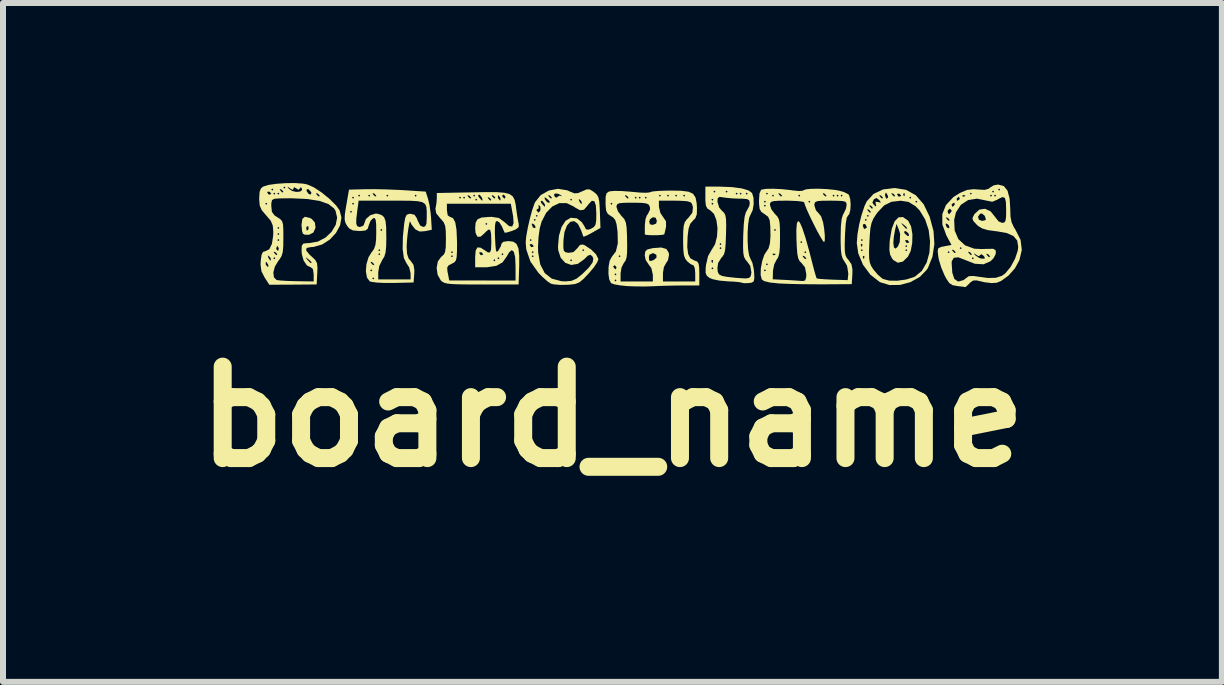
<source format=kicad_pcb>
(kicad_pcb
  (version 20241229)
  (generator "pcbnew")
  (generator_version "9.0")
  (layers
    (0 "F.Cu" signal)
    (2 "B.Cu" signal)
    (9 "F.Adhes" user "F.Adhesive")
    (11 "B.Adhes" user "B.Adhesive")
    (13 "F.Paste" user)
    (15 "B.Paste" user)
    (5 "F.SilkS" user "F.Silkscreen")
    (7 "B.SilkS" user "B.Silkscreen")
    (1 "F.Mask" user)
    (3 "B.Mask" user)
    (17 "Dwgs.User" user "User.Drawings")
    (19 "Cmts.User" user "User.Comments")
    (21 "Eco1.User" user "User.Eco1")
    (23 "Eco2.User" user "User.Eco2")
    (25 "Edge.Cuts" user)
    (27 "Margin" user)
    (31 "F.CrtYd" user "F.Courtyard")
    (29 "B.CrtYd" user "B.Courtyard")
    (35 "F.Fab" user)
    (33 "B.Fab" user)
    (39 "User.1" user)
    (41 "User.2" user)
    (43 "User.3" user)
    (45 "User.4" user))
  (footprint "board_name"
    (layer "F.Cu")
    (at 7.156 3.894)
    (property "Reference" "board_name" (at 0 0 0) (layer "F.SilkS") (effects (font (size 1.524 1.524) (thickness 0.3))))
    (attr board_only exclude_from_pos_files exclude_from_bom)
    (fp_poly (pts (xy -5.045 -3.313) (xy -5.011 -3.296) (xy -4.959 -3.235) (xy -4.948 -3.15) (xy -4.982 -3.073) (xy -4.986 -3.068) (xy -5.054 -3.033) (xy -5.128 -3.033) (xy -5.158 -3.05) (xy -5.173 -3.096) (xy -5.177 -3.144) (xy -5.102 -3.144) (xy -5.095 -3.098) (xy -5.071 -3.117) (xy -5.065 -3.126) (xy -5.066 -3.169) (xy -5.074 -3.175) (xy -5.099 -3.165) (xy -5.102 -3.144) (xy -5.177 -3.144) (xy -5.181 -3.18) (xy -5.181 -3.202) (xy -5.168 -3.296) (xy -5.125 -3.332)) (stroke (width 0) (type solid)) (fill yes) (layer "F.SilkS"))
    (fp_poly (pts (xy 4.925 -3.268) (xy 4.931 -3.26) (xy 4.976 -3.17) (xy 4.998 -3.041) (xy 4.995 -2.897) (xy 4.97 -2.763) (xy 4.925 -2.669) (xy 4.839 -2.585) (xy 4.755 -2.566) (xy 4.679 -2.611) (xy 4.657 -2.64) (xy 4.626 -2.703) (xy 4.615 -2.775) (xy 4.878 -2.775) (xy 4.895 -2.759) (xy 4.912 -2.775) (xy 4.895 -2.792) (xy 4.878 -2.775) (xy 4.615 -2.775) (xy 4.614 -2.782) (xy 4.618 -2.898) (xy 4.618 -2.899) (xy 4.68 -2.899) (xy 4.69 -2.821) (xy 4.719 -2.801) (xy 4.757 -2.838) (xy 4.759 -2.843) (xy 4.878 -2.843) (xy 4.895 -2.826) (xy 4.912 -2.843) (xy 4.895 -2.86) (xy 4.878 -2.843) (xy 4.759 -2.843) (xy 4.788 -2.913) (xy 4.788 -2.929) (xy 4.878 -2.929) (xy 4.903 -2.895) (xy 4.912 -2.893) (xy 4.945 -2.905) (xy 4.945 -2.908) (xy 4.922 -2.937) (xy 4.912 -2.944) (xy 4.881 -2.941) (xy 4.878 -2.929) (xy 4.788 -2.929) (xy 4.793 -3.049) (xy 4.785 -3.076) (xy 4.858 -3.076) (xy 4.879 -3.044) (xy 4.923 -3.009) (xy 4.944 -3.02) (xy 4.93 -3.059) (xy 4.884 -3.093) (xy 4.872 -3.095) (xy 4.858 -3.076) (xy 4.785 -3.076) (xy 4.774 -3.112) (xy 4.733 -3.213) (xy 4.709 -3.112) (xy 4.689 -3.001) (xy 4.68 -2.899) (xy 4.618 -2.899) (xy 4.623 -2.953) (xy 4.654 -3.132) (xy 4.692 -3.229) (xy 4.813 -3.229) (xy 4.821 -3.212) (xy 4.84 -3.188) (xy 4.889 -3.135) (xy 4.911 -3.136) (xy 4.912 -3.141) (xy 4.889 -3.17) (xy 4.853 -3.2) (xy 4.813 -3.229) (xy 4.692 -3.229) (xy 4.702 -3.256) (xy 4.766 -3.322) (xy 4.841 -3.327)) (stroke (width 0) (type solid)) (fill yes) (layer "F.SilkS"))
    (fp_poly (pts (xy 1.791 -3.834) (xy 1.993 -3.826) (xy 2.156 -3.804) (xy 2.271 -3.769) (xy 2.326 -3.728) (xy 2.35 -3.649) (xy 2.353 -3.543) (xy 2.336 -3.441) (xy 2.305 -3.376) (xy 2.278 -3.316) (xy 2.261 -3.208) (xy 2.252 -3.071) (xy 2.252 -2.925) (xy 2.26 -2.79) (xy 2.278 -2.683) (xy 2.302 -2.627) (xy 2.332 -2.563) (xy 2.354 -2.462) (xy 2.36 -2.405) (xy 2.364 -2.306) (xy 2.353 -2.255) (xy 2.319 -2.234) (xy 2.269 -2.227) (xy 2.192 -2.225) (xy 2.151 -2.234) (xy 2.112 -2.243) (xy 2.024 -2.251) (xy 1.917 -2.256) (xy 1.783 -2.268) (xy 1.671 -2.291) (xy 1.619 -2.312) (xy 1.572 -2.349) (xy 1.552 -2.397) (xy 1.553 -2.473) (xy 1.648 -2.473) (xy 1.665 -2.456) (xy 1.682 -2.473) (xy 1.678 -2.477) (xy 1.749 -2.477) (xy 1.754 -2.416) (xy 1.774 -2.374) (xy 1.822 -2.347) (xy 1.911 -2.33) (xy 2.051 -2.315) (xy 2.103 -2.311) (xy 2.214 -2.304) (xy 2.275 -2.312) (xy 2.303 -2.341) (xy 2.315 -2.4) (xy 2.315 -2.403) (xy 2.296 -2.514) (xy 2.248 -2.58) (xy 2.213 -2.622) (xy 2.191 -2.668) (xy 2.18 -2.733) (xy 2.176 -2.832) (xy 2.178 -2.979) (xy 2.179 -3.021) (xy 2.188 -3.207) (xy 2.202 -3.333) (xy 2.224 -3.41) (xy 2.238 -3.433) (xy 2.28 -3.511) (xy 2.288 -3.56) (xy 2.28 -3.604) (xy 2.246 -3.626) (xy 2.168 -3.633) (xy 2.124 -3.633) (xy 2 -3.638) (xy 1.886 -3.649) (xy 1.855 -3.654) (xy 1.782 -3.663) (xy 1.754 -3.641) (xy 1.749 -3.584) (xy 1.778 -3.486) (xy 1.825 -3.431) (xy 1.86 -3.398) (xy 1.881 -3.357) (xy 1.892 -3.294) (xy 1.895 -3.193) (xy 1.892 -3.04) (xy 1.892 -3.039) (xy 1.886 -2.882) (xy 1.877 -2.777) (xy 1.86 -2.711) (xy 1.834 -2.669) (xy 1.817 -2.652) (xy 1.761 -2.563) (xy 1.749 -2.477) (xy 1.678 -2.477) (xy 1.665 -2.49) (xy 1.648 -2.473) (xy 1.553 -2.473) (xy 1.553 -2.477) (xy 1.559 -2.532) (xy 1.573 -2.59) (xy 1.648 -2.59) (xy 1.661 -2.563) (xy 1.671 -2.568) (xy 1.675 -2.608) (xy 1.671 -2.613) (xy 1.651 -2.608) (xy 1.648 -2.59) (xy 1.573 -2.59) (xy 1.592 -2.675) (xy 1.65 -2.777) (xy 1.651 -2.779) (xy 1.67 -2.809) (xy 1.783 -2.809) (xy 1.8 -2.792) (xy 1.817 -2.809) (xy 1.8 -2.826) (xy 1.783 -2.809) (xy 1.67 -2.809) (xy 1.71 -2.876) (xy 1.71 -2.876) (xy 1.783 -2.876) (xy 1.8 -2.86) (xy 1.817 -2.876) (xy 1.8 -2.893) (xy 1.783 -2.876) (xy 1.71 -2.876) (xy 1.742 -3.004) (xy 1.75 -3.144) (xy 1.732 -3.275) (xy 1.691 -3.38) (xy 1.63 -3.438) (xy 1.581 -3.469) (xy 1.557 -3.517) (xy 1.553 -3.549) (xy 1.648 -3.549) (xy 1.665 -3.532) (xy 1.682 -3.549) (xy 1.665 -3.566) (xy 1.648 -3.549) (xy 1.553 -3.549) (xy 1.548 -3.602) (xy 1.548 -3.617) (xy 1.648 -3.617) (xy 1.665 -3.6) (xy 1.682 -3.617) (xy 1.665 -3.633) (xy 1.648 -3.617) (xy 1.548 -3.617) (xy 1.548 -3.656) (xy 1.548 -3.717) (xy 2.052 -3.717) (xy 2.069 -3.701) (xy 2.086 -3.717) (xy 2.119 -3.717) (xy 2.136 -3.701) (xy 2.153 -3.717) (xy 2.22 -3.717) (xy 2.237 -3.701) (xy 2.254 -3.717) (xy 2.237 -3.734) (xy 2.22 -3.717) (xy 2.153 -3.717) (xy 2.136 -3.734) (xy 2.119 -3.717) (xy 2.086 -3.717) (xy 2.069 -3.734) (xy 2.052 -3.717) (xy 1.548 -3.717) (xy 1.548 -3.751) (xy 1.682 -3.751) (xy 1.699 -3.734) (xy 1.716 -3.751) (xy 1.884 -3.751) (xy 1.901 -3.734) (xy 1.918 -3.751) (xy 1.901 -3.768) (xy 1.884 -3.751) (xy 1.716 -3.751) (xy 1.699 -3.768) (xy 1.682 -3.751) (xy 1.548 -3.751) (xy 1.548 -3.835)) (stroke (width 0) (type solid)) (fill yes) (layer "F.SilkS"))
    (fp_poly (pts (xy 4.892 -3.781) (xy 5.054 -3.691) (xy 5.185 -3.541) (xy 5.285 -3.334) (xy 5.35 -3.093) (xy 5.364 -2.878) (xy 5.332 -2.666) (xy 5.257 -2.48) (xy 5.238 -2.45) (xy 5.121 -2.329) (xy 4.966 -2.243) (xy 4.792 -2.196) (xy 4.617 -2.194) (xy 4.461 -2.241) (xy 4.452 -2.246) (xy 4.297 -2.367) (xy 4.174 -2.533) (xy 4.122 -2.658) (xy 4.172 -2.658) (xy 4.184 -2.63) (xy 4.194 -2.635) (xy 4.198 -2.675) (xy 4.194 -2.68) (xy 4.174 -2.676) (xy 4.172 -2.658) (xy 4.122 -2.658) (xy 4.095 -2.723) (xy 4.091 -2.749) (xy 4.275 -2.749) (xy 4.277 -2.643) (xy 4.288 -2.57) (xy 4.311 -2.512) (xy 4.346 -2.456) (xy 4.418 -2.37) (xy 4.494 -2.304) (xy 4.509 -2.295) (xy 4.61 -2.268) (xy 4.746 -2.266) (xy 4.892 -2.286) (xy 5.021 -2.326) (xy 5.042 -2.336) (xy 5.156 -2.431) (xy 5.236 -2.569) (xy 5.282 -2.738) (xy 5.292 -2.923) (xy 5.269 -3.111) (xy 5.21 -3.288) (xy 5.117 -3.439) (xy 5.048 -3.509) (xy 4.934 -3.579) (xy 4.909 -3.583) (xy 5.046 -3.583) (xy 5.063 -3.566) (xy 5.08 -3.583) (xy 5.063 -3.6) (xy 5.046 -3.583) (xy 4.909 -3.583) (xy 4.803 -3.599) (xy 4.8 -3.599) (xy 4.648 -3.581) (xy 4.527 -3.521) (xy 4.419 -3.407) (xy 4.395 -3.374) (xy 4.348 -3.302) (xy 4.318 -3.232) (xy 4.299 -3.147) (xy 4.288 -3.027) (xy 4.281 -2.904) (xy 4.275 -2.749) (xy 4.091 -2.749) (xy 4.088 -2.775) (xy 4.138 -2.775) (xy 4.155 -2.759) (xy 4.172 -2.775) (xy 4.155 -2.792) (xy 4.138 -2.775) (xy 4.088 -2.775) (xy 4.076 -2.86) (xy 4.138 -2.86) (xy 4.15 -2.832) (xy 4.16 -2.837) (xy 4.164 -2.877) (xy 4.16 -2.882) (xy 4.14 -2.877) (xy 4.138 -2.86) (xy 4.076 -2.86) (xy 4.071 -2.894) (xy 4.075 -2.944) (xy 4.138 -2.944) (xy 4.155 -2.927) (xy 4.172 -2.944) (xy 4.155 -2.961) (xy 4.138 -2.944) (xy 4.075 -2.944) (xy 4.082 -3.037) (xy 4.107 -3.181) (xy 4.172 -3.181) (xy 4.189 -3.135) (xy 4.205 -3.129) (xy 4.238 -3.153) (xy 4.239 -3.16) (xy 4.214 -3.206) (xy 4.205 -3.213) (xy 4.176 -3.205) (xy 4.172 -3.181) (xy 4.107 -3.181) (xy 4.111 -3.204) (xy 4.13 -3.28) (xy 4.205 -3.28) (xy 4.222 -3.263) (xy 4.239 -3.28) (xy 4.222 -3.297) (xy 4.205 -3.28) (xy 4.13 -3.28) (xy 4.147 -3.347) (xy 4.239 -3.347) (xy 4.256 -3.331) (xy 4.273 -3.347) (xy 4.256 -3.364) (xy 4.239 -3.347) (xy 4.147 -3.347) (xy 4.154 -3.372) (xy 4.182 -3.456) (xy 4.244 -3.456) (xy 4.253 -3.437) (xy 4.286 -3.401) (xy 4.306 -3.408) (xy 4.306 -3.413) (xy 4.282 -3.441) (xy 4.267 -3.452) (xy 4.244 -3.456) (xy 4.182 -3.456) (xy 4.202 -3.516) (xy 4.206 -3.523) (xy 4.278 -3.523) (xy 4.286 -3.504) (xy 4.32 -3.468) (xy 4.34 -3.475) (xy 4.34 -3.48) (xy 4.316 -3.508) (xy 4.301 -3.519) (xy 4.278 -3.523) (xy 4.206 -3.523) (xy 4.229 -3.572) (xy 4.332 -3.572) (xy 4.347 -3.541) (xy 4.388 -3.502) (xy 4.395 -3.519) (xy 4.386 -3.55) (xy 4.384 -3.584) (xy 4.429 -3.577) (xy 4.471 -3.566) (xy 4.46 -3.591) (xy 4.446 -3.609) (xy 4.401 -3.645) (xy 4.357 -3.624) (xy 4.332 -3.572) (xy 4.229 -3.572) (xy 4.239 -3.591) (xy 4.331 -3.691) (xy 4.446 -3.691) (xy 4.454 -3.672) (xy 4.488 -3.636) (xy 4.508 -3.644) (xy 4.508 -3.648) (xy 4.484 -3.677) (xy 4.474 -3.684) (xy 4.542 -3.684) (xy 4.559 -3.639) (xy 4.574 -3.633) (xy 4.587 -3.65) (xy 4.945 -3.65) (xy 4.962 -3.633) (xy 4.979 -3.65) (xy 4.962 -3.667) (xy 4.945 -3.65) (xy 4.587 -3.65) (xy 4.593 -3.658) (xy 4.588 -3.684) (xy 4.566 -3.725) (xy 4.648 -3.725) (xy 4.656 -3.706) (xy 4.69 -3.67) (xy 4.71 -3.677) (xy 4.71 -3.682) (xy 4.692 -3.703) (xy 4.744 -3.703) (xy 4.768 -3.668) (xy 4.777 -3.667) (xy 4.81 -3.678) (xy 4.811 -3.682) (xy 4.795 -3.701) (xy 4.845 -3.701) (xy 4.857 -3.673) (xy 4.867 -3.678) (xy 4.871 -3.718) (xy 4.867 -3.723) (xy 4.847 -3.718) (xy 4.845 -3.701) (xy 4.795 -3.701) (xy 4.787 -3.711) (xy 4.777 -3.717) (xy 4.746 -3.715) (xy 4.744 -3.703) (xy 4.692 -3.703) (xy 4.686 -3.71) (xy 4.671 -3.721) (xy 4.648 -3.725) (xy 4.566 -3.725) (xy 4.564 -3.728) (xy 4.555 -3.734) (xy 4.543 -3.707) (xy 4.542 -3.684) (xy 4.474 -3.684) (xy 4.469 -3.687) (xy 4.446 -3.691) (xy 4.331 -3.691) (xy 4.351 -3.713) (xy 4.508 -3.787) (xy 4.7 -3.811)) (stroke (width 0) (type solid)) (fill yes) (layer "F.SilkS"))
    (fp_poly (pts (xy -3.776 -3.788) (xy -3.579 -3.78) (xy -3.482 -3.775) (xy -3.112 -3.751) (xy -3.074 -3.633) (xy -3.05 -3.532) (xy -3.031 -3.4) (xy -3.023 -3.315) (xy -3.011 -3.115) (xy -3.123 -3.092) (xy -3.214 -3.086) (xy -3.28 -3.119) (xy -3.299 -3.139) (xy -3.348 -3.202) (xy -3.368 -3.244) (xy -3.376 -3.255) (xy -3.387 -3.215) (xy -3.401 -3.138) (xy -3.414 -3.041) (xy -3.424 -2.939) (xy -3.429 -2.847) (xy -3.43 -2.836) (xy -3.423 -2.715) (xy -3.397 -2.637) (xy -3.362 -2.596) (xy -3.316 -2.532) (xy -3.301 -2.445) (xy -3.303 -2.384) (xy -3.314 -2.237) (xy -3.65 -2.229) (xy -3.803 -2.229) (xy -3.932 -2.236) (xy -4.02 -2.248) (xy -4.045 -2.256) (xy -4.081 -2.305) (xy -4.003 -2.305) (xy -3.987 -2.288) (xy -3.97 -2.305) (xy -3.987 -2.321) (xy -4.003 -2.305) (xy -4.081 -2.305) (xy -4.091 -2.318) (xy -4.109 -2.42) (xy -4.108 -2.439) (xy -4.037 -2.439) (xy -4.02 -2.422) (xy -4.003 -2.439) (xy -4.02 -2.456) (xy -4.037 -2.439) (xy -4.108 -2.439) (xy -4.1 -2.539) (xy -4.088 -2.581) (xy -4.032 -2.581) (xy -4.023 -2.562) (xy -3.99 -2.526) (xy -3.97 -2.533) (xy -3.97 -2.538) (xy -3.994 -2.566) (xy -4.009 -2.577) (xy -4.032 -2.581) (xy -4.088 -2.581) (xy -4.066 -2.655) (xy -4.034 -2.708) (xy -3.903 -2.708) (xy -3.886 -2.691) (xy -3.869 -2.708) (xy -3.886 -2.725) (xy -3.903 -2.708) (xy -4.034 -2.708) (xy -4.02 -2.731) (xy -3.988 -2.775) (xy -3.903 -2.775) (xy -3.886 -2.759) (xy -3.869 -2.775) (xy -3.886 -2.792) (xy -3.903 -2.775) (xy -3.988 -2.775) (xy -3.975 -2.793) (xy -3.95 -2.861) (xy -3.939 -2.954) (xy -3.936 -3.08) (xy -3.937 -3.112) (xy -3.869 -3.112) (xy -3.852 -3.095) (xy -3.835 -3.112) (xy -3.852 -3.129) (xy -3.869 -3.112) (xy -3.937 -3.112) (xy -3.938 -3.208) (xy -3.946 -3.28) (xy -3.962 -3.31) (xy -3.988 -3.308) (xy -4.032 -3.264) (xy -4.06 -3.192) (xy -4.079 -3.131) (xy -4.117 -3.103) (xy -4.196 -3.095) (xy -4.222 -3.095) (xy -4.324 -3.104) (xy -4.387 -3.137) (xy -4.423 -3.182) (xy -4.445 -3.222) (xy -4.27 -3.222) (xy -4.256 -3.178) (xy -4.224 -3.163) (xy -4.205 -3.162) (xy -4.151 -3.183) (xy -4.138 -3.213) (xy -4.109 -3.294) (xy -4.037 -3.357) (xy -3.947 -3.385) (xy -3.908 -3.381) (xy -3.846 -3.36) (xy -3.806 -3.325) (xy -3.782 -3.263) (xy -3.771 -3.162) (xy -3.769 -3.007) (xy -3.768 -2.99) (xy -3.771 -2.839) (xy -3.781 -2.737) (xy -3.802 -2.667) (xy -3.835 -2.615) (xy -3.886 -2.511) (xy -3.903 -2.409) (xy -3.903 -2.288) (xy -3.364 -2.288) (xy -3.364 -2.389) (xy -3.387 -2.487) (xy -3.432 -2.557) (xy -3.476 -2.644) (xy -3.496 -2.79) (xy -3.493 -2.991) (xy -3.471 -3.213) (xy -3.454 -3.313) (xy -3.431 -3.363) (xy -3.391 -3.38) (xy -3.364 -3.381) (xy -3.299 -3.365) (xy -3.259 -3.306) (xy -3.248 -3.272) (xy -3.205 -3.187) (xy -3.155 -3.162) (xy -3.119 -3.174) (xy -3.1 -3.219) (xy -3.095 -3.314) (xy -3.095 -3.328) (xy -3.095 -3.426) (xy -3.101 -3.497) (xy -3.123 -3.545) (xy -3.17 -3.576) (xy -3.251 -3.592) (xy -3.375 -3.599) (xy -3.551 -3.6) (xy -3.683 -3.6) (xy -4.23 -3.6) (xy -4.251 -3.444) (xy -4.268 -3.306) (xy -4.27 -3.222) (xy -4.445 -3.222) (xy -4.451 -3.234) (xy -4.463 -3.289) (xy -4.46 -3.366) (xy -4.453 -3.415) (xy -4.374 -3.415) (xy -4.357 -3.398) (xy -4.34 -3.415) (xy -4.357 -3.432) (xy -4.374 -3.415) (xy -4.453 -3.415) (xy -4.442 -3.486) (xy -4.435 -3.527) (xy -4.431 -3.549) (xy -4.34 -3.549) (xy -4.323 -3.532) (xy -4.306 -3.549) (xy -4.323 -3.566) (xy -4.34 -3.549) (xy -4.431 -3.549) (xy -4.414 -3.65) (xy -4.34 -3.65) (xy -4.323 -3.633) (xy -4.306 -3.65) (xy -4.323 -3.667) (xy -4.34 -3.65) (xy -4.414 -3.65) (xy -4.408 -3.684) (xy -4.239 -3.684) (xy -4.222 -3.667) (xy -4.205 -3.684) (xy -4.071 -3.684) (xy -4.054 -3.667) (xy -4.037 -3.684) (xy -4.054 -3.701) (xy -4.071 -3.684) (xy -4.205 -3.684) (xy -4.222 -3.701) (xy -4.239 -3.684) (xy -4.408 -3.684) (xy -4.401 -3.725) (xy -3.998 -3.725) (xy -3.99 -3.706) (xy -3.956 -3.67) (xy -3.936 -3.677) (xy -3.936 -3.682) (xy -3.938 -3.684) (xy -3.768 -3.684) (xy -3.751 -3.667) (xy -3.734 -3.684) (xy -3.297 -3.684) (xy -3.28 -3.667) (xy -3.263 -3.684) (xy -3.28 -3.701) (xy -3.297 -3.684) (xy -3.734 -3.684) (xy -3.751 -3.701) (xy -3.768 -3.684) (xy -3.938 -3.684) (xy -3.96 -3.71) (xy -3.975 -3.721) (xy -3.998 -3.725) (xy -4.401 -3.725) (xy -4.39 -3.784) (xy -4.121 -3.791) (xy -3.967 -3.792)) (stroke (width 0) (type solid)) (fill yes) (layer "F.SilkS"))
    (fp_poly (pts (xy -0.755 -3.773) (xy -0.708 -3.752) (xy -0.634 -3.722) (xy -0.571 -3.727) (xy -0.505 -3.756) (xy -0.428 -3.789) (xy -0.375 -3.786) (xy -0.31 -3.745) (xy -0.308 -3.743) (xy -0.263 -3.704) (xy -0.235 -3.657) (xy -0.22 -3.585) (xy -0.212 -3.47) (xy -0.21 -3.411) (xy -0.2 -3.146) (xy -0.339 -3.067) (xy -0.421 -3.023) (xy -0.474 -3.001) (xy -0.484 -3) (xy -0.498 -3.036) (xy -0.523 -3.108) (xy -0.523 -3.108) (xy -0.576 -3.214) (xy -0.638 -3.259) (xy -0.702 -3.248) (xy -0.758 -3.186) (xy -0.8 -3.079) (xy -0.817 -2.941) (xy -0.819 -2.83) (xy -0.812 -2.769) (xy -0.787 -2.742) (xy -0.739 -2.732) (xy -0.734 -2.731) (xy -0.65 -2.743) (xy -0.618 -2.775) (xy -0.505 -2.775) (xy -0.488 -2.759) (xy -0.471 -2.775) (xy -0.488 -2.792) (xy -0.505 -2.775) (xy -0.618 -2.775) (xy -0.587 -2.806) (xy -0.54 -2.864) (xy -0.493 -2.869) (xy -0.459 -2.855) (xy -0.355 -2.786) (xy -0.275 -2.707) (xy -0.237 -2.633) (xy -0.235 -2.621) (xy -0.257 -2.568) (xy -0.314 -2.484) (xy -0.394 -2.389) (xy -0.398 -2.385) (xy -0.486 -2.293) (xy -0.552 -2.239) (xy -0.619 -2.212) (xy -0.71 -2.201) (xy -0.759 -2.198) (xy -0.88 -2.197) (xy -0.981 -2.206) (xy -1.026 -2.217) (xy -1.085 -2.257) (xy -1.167 -2.33) (xy -1.234 -2.398) (xy -1.367 -2.585) (xy -1.398 -2.675) (xy -1.346 -2.675) (xy -1.329 -2.658) (xy -1.312 -2.675) (xy -1.329 -2.691) (xy -1.346 -2.675) (xy -1.398 -2.675) (xy -1.421 -2.742) (xy -1.346 -2.742) (xy -1.329 -2.725) (xy -1.312 -2.742) (xy -1.329 -2.759) (xy -1.346 -2.742) (xy -1.421 -2.742) (xy -1.436 -2.787) (xy -1.443 -2.862) (xy -1.379 -2.862) (xy -1.355 -2.827) (xy -1.346 -2.826) (xy -1.337 -2.829) (xy -1.241 -2.829) (xy -1.238 -2.737) (xy -1.204 -2.539) (xy -1.129 -2.394) (xy -1.012 -2.301) (xy -0.851 -2.258) (xy -0.782 -2.255) (xy -0.683 -2.264) (xy -0.6 -2.3) (xy -0.504 -2.376) (xy -0.503 -2.377) (xy -0.39 -2.489) (xy -0.33 -2.573) (xy -0.319 -2.638) (xy -0.338 -2.676) (xy -0.371 -2.699) (xy -0.412 -2.682) (xy -0.471 -2.624) (xy -0.578 -2.547) (xy -0.688 -2.529) (xy -0.787 -2.565) (xy -0.825 -2.607) (xy -0.706 -2.607) (xy -0.69 -2.59) (xy -0.673 -2.607) (xy -0.69 -2.624) (xy -0.706 -2.607) (xy -0.825 -2.607) (xy -0.863 -2.649) (xy -0.904 -2.774) (xy -0.908 -2.833) (xy -0.892 -3.016) (xy -0.848 -3.162) (xy -0.781 -3.265) (xy -0.696 -3.315) (xy -0.598 -3.307) (xy -0.587 -3.302) (xy -0.511 -3.242) (xy -0.471 -3.18) (xy -0.441 -3.122) (xy -0.398 -3.117) (xy -0.354 -3.134) (xy -0.308 -3.162) (xy -0.282 -3.202) (xy -0.271 -3.273) (xy -0.269 -3.386) (xy -0.277 -3.522) (xy -0.302 -3.592) (xy -0.344 -3.598) (xy -0.402 -3.538) (xy -0.417 -3.516) (xy -0.476 -3.449) (xy -0.539 -3.44) (xy -0.622 -3.485) (xy -0.639 -3.499) (xy -0.762 -3.559) (xy -0.886 -3.559) (xy -1.003 -3.503) (xy -1.105 -3.398) (xy -1.182 -3.248) (xy -1.212 -3.14) (xy -1.232 -2.995) (xy -1.241 -2.829) (xy -1.337 -2.829) (xy -1.313 -2.837) (xy -1.312 -2.841) (xy -1.336 -2.87) (xy -1.346 -2.876) (xy -1.377 -2.874) (xy -1.379 -2.862) (xy -1.443 -2.862) (xy -1.446 -2.903) (xy -1.443 -2.944) (xy -1.379 -2.944) (xy -1.363 -2.927) (xy -1.346 -2.944) (xy -1.363 -2.961) (xy -1.379 -2.944) (xy -1.443 -2.944) (xy -1.437 -3.005) (xy -1.412 -3.145) (xy -1.398 -3.208) (xy -1.346 -3.208) (xy -1.327 -3.155) (xy -1.323 -3.151) (xy -1.287 -3.143) (xy -1.283 -3.146) (xy -1.288 -3.181) (xy -1.306 -3.203) (xy -1.34 -3.222) (xy -1.346 -3.208) (xy -1.398 -3.208) (xy -1.381 -3.28) (xy -1.312 -3.28) (xy -1.295 -3.263) (xy -1.278 -3.28) (xy -1.295 -3.297) (xy -1.312 -3.28) (xy -1.381 -3.28) (xy -1.377 -3.299) (xy -1.364 -3.347) (xy -1.278 -3.347) (xy -1.262 -3.331) (xy -1.245 -3.347) (xy -1.262 -3.364) (xy -1.278 -3.347) (xy -1.364 -3.347) (xy -1.338 -3.443) (xy -1.337 -3.445) (xy -1.267 -3.445) (xy -1.262 -3.432) (xy -1.231 -3.4) (xy -1.206 -3.431) (xy -1.199 -3.447) (xy -1.202 -3.503) (xy -1.218 -3.52) (xy -1.239 -3.522) (xy -1.231 -3.504) (xy -1.23 -3.469) (xy -1.245 -3.465) (xy -1.267 -3.445) (xy -1.337 -3.445) (xy -1.3 -3.552) (xy -1.289 -3.576) (xy -1.286 -3.58) (xy -1.196 -3.58) (xy -1.177 -3.549) (xy -1.138 -3.507) (xy -1.124 -3.499) (xy -1.124 -3.524) (xy -1.132 -3.549) (xy -1.167 -3.594) (xy -1.185 -3.6) (xy -1.196 -3.58) (xy -1.286 -3.58) (xy -1.223 -3.659) (xy -1.131 -3.659) (xy -1.128 -3.632) (xy -1.124 -3.621) (xy -1.094 -3.58) (xy -1.058 -3.562) (xy -1.043 -3.579) (xy -1.065 -3.608) (xy -1.075 -3.617) (xy -0.706 -3.617) (xy -0.69 -3.6) (xy -0.673 -3.617) (xy -0.686 -3.63) (xy -0.562 -3.63) (xy -0.555 -3.596) (xy -0.553 -3.59) (xy -0.526 -3.549) (xy -0.511 -3.548) (xy -0.515 -3.584) (xy -0.534 -3.609) (xy -0.562 -3.63) (xy -0.686 -3.63) (xy -0.69 -3.633) (xy -0.706 -3.617) (xy -1.075 -3.617) (xy -1.094 -3.634) (xy -1.131 -3.659) (xy -1.223 -3.659) (xy -1.197 -3.691) (xy -1.071 -3.691) (xy -1.063 -3.672) (xy -1.029 -3.636) (xy -1.01 -3.644) (xy -1.009 -3.648) (xy -1.033 -3.677) (xy -1.048 -3.687) (xy -1.071 -3.691) (xy -1.197 -3.691) (xy -1.194 -3.694) (xy -1.178 -3.703) (xy -0.976 -3.703) (xy -0.959 -3.661) (xy -0.928 -3.65) (xy -0.915 -3.665) (xy -0.881 -3.685) (xy -0.863 -3.679) (xy -0.843 -3.674) (xy -0.85 -3.685) (xy -0.898 -3.713) (xy -0.95 -3.721) (xy -0.976 -3.704) (xy -0.976 -3.703) (xy -1.178 -3.703) (xy -1.061 -3.769) (xy -0.909 -3.798)) (stroke (width 0) (type solid)) (fill yes) (layer "F.SilkS"))
    (fp_poly (pts (xy -5.156 -3.884) (xy -5.088 -3.871) (xy -4.976 -3.822) (xy -4.844 -3.735) (xy -4.714 -3.629) (xy -4.605 -3.52) (xy -4.547 -3.439) (xy -4.516 -3.319) (xy -4.539 -3.189) (xy -4.607 -3.063) (xy -4.71 -2.952) (xy -4.838 -2.87) (xy -4.981 -2.829) (xy -5.028 -2.826) (xy -5.097 -2.812) (xy -5.105 -2.772) (xy -5.051 -2.704) (xy -5.011 -2.668) (xy -4.952 -2.612) (xy -4.923 -2.558) (xy -4.916 -2.479) (xy -4.919 -2.393) (xy -4.929 -2.204) (xy -5.324 -2.201) (xy -5.718 -2.199) (xy -5.796 -2.319) (xy -5.849 -2.422) (xy -5.864 -2.53) (xy -5.864 -2.539) (xy -5.778 -2.539) (xy -5.771 -2.525) (xy -5.739 -2.491) (xy -5.733 -2.515) (xy -5.741 -2.541) (xy -5.766 -2.578) (xy -5.777 -2.577) (xy -5.778 -2.539) (xy -5.864 -2.539) (xy -5.861 -2.599) (xy -5.849 -2.688) (xy -5.743 -2.688) (xy -5.736 -2.654) (xy -5.734 -2.648) (xy -5.707 -2.607) (xy -5.692 -2.606) (xy -5.696 -2.641) (xy -5.652 -2.641) (xy -5.635 -2.624) (xy -5.618 -2.641) (xy -5.635 -2.658) (xy -5.652 -2.641) (xy -5.696 -2.641) (xy -5.696 -2.642) (xy -5.715 -2.667) (xy -5.743 -2.688) (xy -5.849 -2.688) (xy -5.847 -2.698) (xy -5.824 -2.746) (xy -5.814 -2.749) (xy -5.646 -2.749) (xy -5.638 -2.73) (xy -5.604 -2.694) (xy -5.585 -2.702) (xy -5.585 -2.706) (xy -5.609 -2.735) (xy -5.623 -2.745) (xy -5.646 -2.749) (xy -5.814 -2.749) (xy -5.783 -2.759) (xy -5.782 -2.759) (xy -5.719 -2.79) (xy -5.714 -2.8) (xy -5.604 -2.8) (xy -5.6 -2.79) (xy -5.572 -2.761) (xy -5.562 -2.795) (xy -5.562 -2.808) (xy -5.577 -2.841) (xy -5.591 -2.839) (xy -5.604 -2.8) (xy -5.714 -2.8) (xy -5.675 -2.88) (xy -5.665 -2.944) (xy -5.585 -2.944) (xy -5.568 -2.927) (xy -5.551 -2.944) (xy -5.568 -2.961) (xy -5.585 -2.944) (xy -5.665 -2.944) (xy -5.654 -3.02) (xy -5.653 -3.045) (xy -5.585 -3.045) (xy -5.568 -3.028) (xy -5.551 -3.045) (xy -5.568 -3.061) (xy -5.585 -3.045) (xy -5.653 -3.045) (xy -5.652 -3.082) (xy -5.657 -3.146) (xy -5.585 -3.146) (xy -5.568 -3.129) (xy -5.551 -3.146) (xy -5.568 -3.162) (xy -5.585 -3.146) (xy -5.657 -3.146) (xy -5.661 -3.187) (xy -5.696 -3.268) (xy -5.77 -3.354) (xy -5.844 -3.441) (xy -5.873 -3.507) (xy -5.685 -3.507) (xy -5.675 -3.414) (xy -5.632 -3.355) (xy -5.584 -3.324) (xy -5.536 -3.293) (xy -5.506 -3.259) (xy -5.49 -3.206) (xy -5.485 -3.117) (xy -5.484 -2.981) (xy -5.486 -2.837) (xy -5.495 -2.741) (xy -5.515 -2.675) (xy -5.55 -2.619) (xy -5.568 -2.597) (xy -5.626 -2.501) (xy -5.651 -2.404) (xy -5.642 -2.323) (xy -5.597 -2.278) (xy -5.593 -2.277) (xy -5.533 -2.27) (xy -5.426 -2.263) (xy -5.293 -2.259) (xy -5.257 -2.258) (xy -4.979 -2.254) (xy -4.979 -2.372) (xy -4.991 -2.46) (xy -5.027 -2.49) (xy -5.028 -2.49) (xy -5.091 -2.52) (xy -5.145 -2.599) (xy -5.162 -2.657) (xy -5.111 -2.657) (xy -5.103 -2.64) (xy -5.084 -2.616) (xy -5.035 -2.563) (xy -5.013 -2.564) (xy -5.013 -2.57) (xy -5.036 -2.598) (xy -5.072 -2.628) (xy -5.111 -2.657) (xy -5.162 -2.657) (xy -5.176 -2.706) (xy -5.181 -2.766) (xy -5.177 -2.849) (xy -5.152 -2.885) (xy -5.085 -2.893) (xy -5.055 -2.893) (xy -4.91 -2.918) (xy -4.782 -2.985) (xy -4.68 -3.082) (xy -4.612 -3.197) (xy -4.588 -3.317) (xy -4.615 -3.432) (xy -4.64 -3.471) (xy -4.733 -3.544) (xy -4.881 -3.596) (xy -5.087 -3.628) (xy -5.354 -3.64) (xy -5.543 -3.638) (xy -5.632 -3.632) (xy -5.673 -3.611) (xy -5.685 -3.557) (xy -5.685 -3.507) (xy -5.873 -3.507) (xy -5.878 -3.52) (xy -5.881 -3.549) (xy -5.786 -3.549) (xy -5.77 -3.532) (xy -5.753 -3.549) (xy -5.77 -3.566) (xy -5.786 -3.549) (xy -5.881 -3.549) (xy -5.887 -3.625) (xy -5.887 -3.637) (xy -5.881 -3.736) (xy -5.753 -3.736) (xy -5.728 -3.702) (xy -5.719 -3.701) (xy -5.686 -3.712) (xy -5.686 -3.715) (xy -5.687 -3.717) (xy -5.652 -3.717) (xy -5.635 -3.701) (xy -5.618 -3.717) (xy -5.585 -3.717) (xy -5.568 -3.701) (xy -5.551 -3.717) (xy -5.568 -3.734) (xy -5.585 -3.717) (xy -5.618 -3.717) (xy -5.635 -3.734) (xy -5.652 -3.717) (xy -5.687 -3.717) (xy -5.709 -3.744) (xy -5.719 -3.751) (xy -5.75 -3.748) (xy -5.753 -3.736) (xy -5.881 -3.736) (xy -5.881 -3.745) (xy -5.865 -3.785) (xy -5.686 -3.785) (xy -5.669 -3.768) (xy -5.652 -3.785) (xy -5.659 -3.792) (xy -5.546 -3.792) (xy -5.537 -3.773) (xy -5.504 -3.737) (xy -5.484 -3.744) (xy -5.484 -3.749) (xy -5.508 -3.778) (xy -5.523 -3.788) (xy -5.546 -3.792) (xy -5.659 -3.792) (xy -5.669 -3.802) (xy -5.686 -3.785) (xy -5.865 -3.785) (xy -5.856 -3.807) (xy -5.841 -3.818) (xy -5.484 -3.818) (xy -5.467 -3.802) (xy -5.45 -3.818) (xy -5.466 -3.835) (xy -5.414 -3.835) (xy -5.407 -3.819) (xy -5.392 -3.799) (xy -5.339 -3.762) (xy -5.27 -3.746) (xy -5.207 -3.751) (xy -5.172 -3.776) (xy -5.173 -3.783) (xy -5.099 -3.783) (xy -5.093 -3.754) (xy -5.062 -3.712) (xy -5.029 -3.702) (xy -5.019 -3.725) (xy -4.94 -3.725) (xy -4.932 -3.706) (xy -4.898 -3.67) (xy -4.878 -3.677) (xy -4.878 -3.682) (xy -4.902 -3.71) (xy -4.917 -3.721) (xy -4.94 -3.725) (xy -5.019 -3.725) (xy -5.018 -3.729) (xy -5.02 -3.741) (xy -5.062 -3.788) (xy -5.074 -3.794) (xy -5.099 -3.783) (xy -5.173 -3.783) (xy -5.174 -3.798) (xy -5.194 -3.827) (xy -5.207 -3.807) (xy -5.231 -3.782) (xy -5.268 -3.804) (xy -5.307 -3.826) (xy -5.315 -3.802) (xy -5.328 -3.779) (xy -5.373 -3.805) (xy -5.374 -3.806) (xy -5.414 -3.835) (xy -5.466 -3.835) (xy -5.467 -3.835) (xy -5.484 -3.818) (xy -5.841 -3.818) (xy -5.82 -3.835) (xy -5.734 -3.862) (xy -5.602 -3.881) (xy -5.448 -3.892) (xy -5.292 -3.894)) (stroke (width 0) (type solid)) (fill yes) (layer "F.SilkS"))
    (fp_poly (pts (xy -1.924 -3.742) (xy -1.8 -3.732) (xy -1.715 -3.71) (xy -1.662 -3.672) (xy -1.631 -3.615) (xy -1.613 -3.534) (xy -1.602 -3.449) (xy -1.586 -3.336) (xy -1.569 -3.242) (xy -1.562 -3.212) (xy -1.563 -3.161) (xy -1.606 -3.124) (xy -1.666 -3.099) (xy -1.745 -3.074) (xy -1.792 -3.065) (xy -1.796 -3.067) (xy -1.813 -3.103) (xy -1.843 -3.171) (xy -1.884 -3.237) (xy -1.925 -3.263) (xy -1.947 -3.245) (xy -1.958 -3.184) (xy -1.96 -3.07) (xy -1.957 -2.986) (xy -1.95 -2.852) (xy -1.942 -2.776) (xy -1.93 -2.747) (xy -1.911 -2.757) (xy -1.898 -2.774) (xy -1.86 -2.842) (xy -1.85 -2.883) (xy -1.819 -2.915) (xy -1.734 -2.927) (xy -1.653 -2.917) (xy -1.599 -2.88) (xy -1.567 -2.806) (xy -1.554 -2.685) (xy -1.554 -2.509) (xy -1.555 -2.498) (xy -1.564 -2.204) (xy -2.18 -2.204) (xy -2.399 -2.204) (xy -2.561 -2.206) (xy -2.675 -2.211) (xy -2.753 -2.219) (xy -2.803 -2.232) (xy -2.837 -2.25) (xy -2.862 -2.273) (xy -2.914 -2.366) (xy -2.93 -2.479) (xy -2.91 -2.587) (xy -2.855 -2.663) (xy -2.851 -2.666) (xy -2.841 -2.675) (xy -2.691 -2.675) (xy -2.675 -2.658) (xy -2.658 -2.675) (xy -2.675 -2.691) (xy -2.691 -2.675) (xy -2.841 -2.675) (xy -2.812 -2.7) (xy -2.791 -2.742) (xy -2.691 -2.742) (xy -2.675 -2.725) (xy -2.658 -2.742) (xy -2.675 -2.759) (xy -2.691 -2.742) (xy -2.791 -2.742) (xy -2.789 -2.747) (xy -2.778 -2.826) (xy -2.776 -2.952) (xy -2.775 -2.965) (xy -2.778 -3.096) (xy -2.788 -3.181) (xy -2.813 -3.24) (xy -2.857 -3.293) (xy -2.871 -3.307) (xy -2.938 -3.391) (xy -2.95 -3.464) (xy -2.948 -3.475) (xy -2.935 -3.549) (xy -2.759 -3.549) (xy -2.759 -3.44) (xy -2.745 -3.355) (xy -2.709 -3.331) (xy -2.657 -3.309) (xy -2.62 -3.24) (xy -2.599 -3.117) (xy -2.591 -2.935) (xy -2.59 -2.895) (xy -2.591 -2.75) (xy -2.597 -2.657) (xy -2.61 -2.603) (xy -2.635 -2.572) (xy -2.675 -2.551) (xy -2.732 -2.521) (xy -2.754 -2.486) (xy -2.75 -2.423) (xy -2.739 -2.368) (xy -2.72 -2.271) (xy -1.615 -2.269) (xy -1.615 -2.51) (xy -1.622 -2.66) (xy -1.644 -2.749) (xy -1.678 -2.776) (xy -1.722 -2.739) (xy -1.761 -2.671) (xy -1.832 -2.572) (xy -1.936 -2.514) (xy -2.086 -2.491) (xy -2.138 -2.49) (xy -2.288 -2.49) (xy -2.288 -2.607) (xy -1.985 -2.607) (xy -1.968 -2.59) (xy -1.951 -2.607) (xy -1.968 -2.624) (xy -1.985 -2.607) (xy -2.288 -2.607) (xy -2.288 -2.641) (xy -1.918 -2.641) (xy -1.901 -2.624) (xy -1.884 -2.641) (xy -1.901 -2.658) (xy -1.918 -2.641) (xy -2.288 -2.641) (xy -2.288 -2.658) (xy -2.283 -2.727) (xy -2.22 -2.727) (xy -2.196 -2.693) (xy -2.187 -2.691) (xy -2.154 -2.703) (xy -2.153 -2.706) (xy -2.155 -2.708) (xy -1.85 -2.708) (xy -1.834 -2.691) (xy -1.817 -2.708) (xy -1.834 -2.725) (xy -1.85 -2.708) (xy -2.155 -2.708) (xy -2.177 -2.735) (xy -2.187 -2.742) (xy -2.218 -2.739) (xy -2.22 -2.727) (xy -2.283 -2.727) (xy -2.279 -2.77) (xy -2.25 -2.822) (xy -2.196 -2.816) (xy -2.134 -2.777) (xy -2.075 -2.738) (xy -2.04 -2.739) (xy -2.023 -2.789) (xy -2.019 -2.896) (xy -2.019 -2.927) (xy -2.023 -3.051) (xy -2.038 -3.113) (xy -2.068 -3.118) (xy -2.119 -3.073) (xy -2.128 -3.061) (xy -2.2 -2.999) (xy -2.252 -3) (xy -2.282 -3.064) (xy -2.288 -3.142) (xy -2.282 -3.213) (xy -2.119 -3.213) (xy -2.103 -3.196) (xy -2.086 -3.213) (xy -2.103 -3.23) (xy -2.119 -3.213) (xy -2.282 -3.213) (xy -2.28 -3.234) (xy -2.248 -3.291) (xy -2.18 -3.319) (xy -2.061 -3.329) (xy -2.009 -3.33) (xy -1.893 -3.312) (xy -1.804 -3.247) (xy -1.799 -3.243) (xy -1.722 -3.176) (xy -1.671 -3.17) (xy -1.648 -3.224) (xy -1.655 -3.337) (xy -1.661 -3.369) (xy -1.694 -3.549) (xy -2.759 -3.549) (xy -2.935 -3.549) (xy -2.932 -3.569) (xy -2.929 -3.617) (xy -2.288 -3.617) (xy -2.271 -3.6) (xy -2.254 -3.617) (xy -2.271 -3.633) (xy -2.288 -3.617) (xy -2.929 -3.617) (xy -2.927 -3.638) (xy -2.927 -3.65) (xy -2.557 -3.65) (xy -2.54 -3.633) (xy -2.523 -3.65) (xy -2.49 -3.65) (xy -2.473 -3.633) (xy -2.456 -3.65) (xy -2.473 -3.667) (xy -2.49 -3.65) (xy -2.523 -3.65) (xy -2.54 -3.667) (xy -2.557 -3.65) (xy -2.927 -3.65) (xy -2.927 -3.691) (xy -2.417 -3.691) (xy -2.409 -3.672) (xy -2.375 -3.636) (xy -2.355 -3.644) (xy -2.355 -3.648) (xy -2.379 -3.677) (xy -2.389 -3.684) (xy -2.321 -3.684) (xy -2.305 -3.667) (xy -2.291 -3.681) (xy -2.239 -3.681) (xy -2.22 -3.65) (xy -2.181 -3.608) (xy -2.167 -3.6) (xy -2.167 -3.625) (xy -2.175 -3.65) (xy -2.18 -3.657) (xy -2.08 -3.657) (xy -2.072 -3.639) (xy -2.038 -3.602) (xy -2.019 -3.61) (xy -2.019 -3.615) (xy -2.042 -3.643) (xy -2.057 -3.653) (xy -2.08 -3.657) (xy -2.18 -3.657) (xy -2.207 -3.691) (xy -2.013 -3.691) (xy -2.005 -3.672) (xy -1.971 -3.636) (xy -1.952 -3.644) (xy -1.951 -3.648) (xy -1.952 -3.649) (xy -1.909 -3.649) (xy -1.902 -3.636) (xy -1.87 -3.601) (xy -1.864 -3.625) (xy -1.872 -3.652) (xy -1.892 -3.68) (xy -1.839 -3.68) (xy -1.834 -3.667) (xy -1.803 -3.635) (xy -1.798 -3.633) (xy -1.783 -3.659) (xy -1.783 -3.667) (xy -1.809 -3.699) (xy -1.819 -3.701) (xy -1.839 -3.68) (xy -1.892 -3.68) (xy -1.897 -3.688) (xy -1.908 -3.688) (xy -1.909 -3.649) (xy -1.952 -3.649) (xy -1.975 -3.677) (xy -1.99 -3.687) (xy -2.013 -3.691) (xy -2.207 -3.691) (xy -2.21 -3.695) (xy -2.228 -3.701) (xy -2.239 -3.681) (xy -2.291 -3.681) (xy -2.288 -3.684) (xy -2.305 -3.701) (xy -2.321 -3.684) (xy -2.389 -3.684) (xy -2.394 -3.687) (xy -2.417 -3.691) (xy -2.927 -3.691) (xy -2.927 -3.728) (xy -2.33 -3.739) (xy -2.098 -3.743)) (stroke (width 0) (type solid)) (fill yes) (layer "F.SilkS"))
    (fp_poly (pts (xy 1.15 -3.765) (xy 1.269 -3.749) (xy 1.343 -3.715) (xy 1.384 -3.653) (xy 1.403 -3.557) (xy 1.408 -3.482) (xy 1.406 -3.375) (xy 1.381 -3.308) (xy 1.341 -3.267) (xy 1.295 -3.213) (xy 1.268 -3.133) (xy 1.252 -3.006) (xy 1.252 -3) (xy 1.246 -2.828) (xy 1.261 -2.711) (xy 1.298 -2.64) (xy 1.361 -2.605) (xy 1.363 -2.604) (xy 1.41 -2.587) (xy 1.435 -2.552) (xy 1.445 -2.484) (xy 1.447 -2.385) (xy 1.447 -2.187) (xy 1.166 -2.187) (xy 1.002 -2.185) (xy 0.833 -2.181) (xy 0.695 -2.175) (xy 0.686 -2.175) (xy 0.542 -2.17) (xy 0.373 -2.172) (xy 0.254 -2.176) (xy 0.13 -2.188) (xy 0.03 -2.206) (xy -0.024 -2.226) (xy -0.024 -2.226) (xy -0.046 -2.271) (xy 0.034 -2.271) (xy 0.05 -2.254) (xy 0.067 -2.271) (xy 0.05 -2.288) (xy 0.034 -2.271) (xy -0.046 -2.271) (xy -0.054 -2.287) (xy -0.066 -2.372) (xy 0.034 -2.372) (xy 0.05 -2.355) (xy 0.067 -2.372) (xy 0.05 -2.389) (xy 0.034 -2.372) (xy -0.066 -2.372) (xy -0.067 -2.386) (xy -0.065 -2.499) (xy -0.064 -2.503) (xy 0.012 -2.503) (xy 0.017 -2.49) (xy 0.047 -2.457) (xy 0.052 -2.456) (xy 0.067 -2.482) (xy 0.067 -2.49) (xy 0.041 -2.522) (xy 0.032 -2.523) (xy 0.012 -2.503) (xy -0.064 -2.503) (xy -0.047 -2.599) (xy -0.013 -2.661) (xy -0.013 -2.661) (xy -0.003 -2.675) (xy 0.101 -2.675) (xy 0.118 -2.658) (xy 0.135 -2.675) (xy 0.118 -2.691) (xy 0.101 -2.675) (xy -0.003 -2.675) (xy 0.057 -2.754) (xy 0.089 -2.889) (xy 0.085 -3.075) (xy 0.084 -3.087) (xy 0.068 -3.207) (xy 0.045 -3.28) (xy 0.008 -3.323) (xy -0.026 -3.343) (xy -0.078 -3.38) (xy -0.105 -3.432) (xy -0.112 -3.494) (xy 0.067 -3.494) (xy 0.091 -3.423) (xy 0.148 -3.347) (xy 0.151 -3.344) (xy 0.196 -3.295) (xy 0.223 -3.235) (xy 0.236 -3.147) (xy 0.242 -3.021) (xy 0.245 -2.85) (xy 0.243 -2.733) (xy 0.235 -2.655) (xy 0.219 -2.604) (xy 0.193 -2.566) (xy 0.187 -2.558) (xy 0.151 -2.487) (xy 0.135 -2.389) (xy 0.135 -2.378) (xy 0.135 -2.254) (xy 0.673 -2.254) (xy 0.673 -2.364) (xy 0.648 -2.476) (xy 0.606 -2.532) (xy 0.553 -2.613) (xy 0.544 -2.658) (xy 0.606 -2.658) (xy 0.611 -2.603) (xy 0.642 -2.595) (xy 0.687 -2.611) (xy 0.734 -2.651) (xy 0.731 -2.699) (xy 0.682 -2.725) (xy 0.673 -2.725) (xy 0.617 -2.701) (xy 0.606 -2.658) (xy 0.544 -2.658) (xy 0.538 -2.688) (xy 0.546 -2.753) (xy 0.581 -2.787) (xy 0.662 -2.807) (xy 0.671 -2.809) (xy 0.812 -2.82) (xy 0.899 -2.795) (xy 0.938 -2.731) (xy 0.942 -2.693) (xy 0.925 -2.609) (xy 0.892 -2.557) (xy 0.857 -2.494) (xy 0.841 -2.396) (xy 0.841 -2.384) (xy 0.841 -2.254) (xy 1.379 -2.254) (xy 1.379 -2.389) (xy 1.372 -2.473) (xy 1.353 -2.52) (xy 1.346 -2.523) (xy 1.299 -2.545) (xy 1.245 -2.59) (xy 1.211 -2.635) (xy 1.19 -2.695) (xy 1.18 -2.788) (xy 1.177 -2.929) (xy 1.177 -2.945) (xy 1.179 -3.088) (xy 1.187 -3.181) (xy 1.205 -3.241) (xy 1.236 -3.286) (xy 1.262 -3.311) (xy 1.331 -3.399) (xy 1.341 -3.49) (xy 1.325 -3.547) (xy 1.301 -3.574) (xy 1.244 -3.591) (xy 1.143 -3.598) (xy 1.039 -3.6) (xy 0.774 -3.6) (xy 0.774 -3.499) (xy 0.798 -3.396) (xy 0.843 -3.328) (xy 0.892 -3.257) (xy 0.893 -3.17) (xy 0.89 -3.152) (xy 0.873 -3.077) (xy 0.863 -3.04) (xy 0.862 -3.039) (xy 0.826 -3.03) (xy 0.75 -3.025) (xy 0.661 -3.024) (xy 0.583 -3.028) (xy 0.541 -3.035) (xy 0.539 -3.038) (xy 0.539 -3.191) (xy 0.546 -3.255) (xy 0.612 -3.255) (xy 0.624 -3.207) (xy 0.67 -3.196) (xy 0.728 -3.218) (xy 0.74 -3.266) (xy 0.719 -3.316) (xy 0.673 -3.324) (xy 0.628 -3.293) (xy 0.612 -3.255) (xy 0.546 -3.255) (xy 0.55 -3.291) (xy 0.572 -3.354) (xy 0.591 -3.379) (xy 0.627 -3.455) (xy 0.622 -3.499) (xy 0.605 -3.533) (xy 0.568 -3.553) (xy 0.497 -3.563) (xy 0.379 -3.566) (xy 0.334 -3.566) (xy 0.201 -3.565) (xy 0.122 -3.559) (xy 0.082 -3.544) (xy 0.068 -3.516) (xy 0.067 -3.494) (xy -0.112 -3.494) (xy -0.114 -3.522) (xy -0.115 -3.549) (xy -0.034 -3.549) (xy -0.017 -3.532) (xy 0 -3.549) (xy -0.017 -3.566) (xy -0.034 -3.549) (xy -0.115 -3.549) (xy -0.115 -3.563) (xy -0.114 -3.667) (xy -0.107 -3.691) (xy 0.207 -3.691) (xy 0.215 -3.672) (xy 0.249 -3.636) (xy 0.269 -3.644) (xy 0.269 -3.648) (xy 0.267 -3.65) (xy 0.37 -3.65) (xy 0.387 -3.633) (xy 0.404 -3.65) (xy 0.437 -3.65) (xy 0.454 -3.633) (xy 0.471 -3.65) (xy 0.538 -3.65) (xy 0.555 -3.633) (xy 0.572 -3.65) (xy 0.555 -3.667) (xy 0.538 -3.65) (xy 0.471 -3.65) (xy 0.454 -3.667) (xy 0.437 -3.65) (xy 0.404 -3.65) (xy 0.387 -3.667) (xy 0.37 -3.65) (xy 0.267 -3.65) (xy 0.245 -3.677) (xy 0.235 -3.684) (xy 0.774 -3.684) (xy 0.791 -3.667) (xy 0.807 -3.684) (xy 0.908 -3.684) (xy 0.925 -3.667) (xy 0.942 -3.684) (xy 1.043 -3.684) (xy 1.06 -3.667) (xy 1.077 -3.684) (xy 1.177 -3.684) (xy 1.194 -3.667) (xy 1.211 -3.684) (xy 1.194 -3.701) (xy 1.177 -3.684) (xy 1.077 -3.684) (xy 1.06 -3.701) (xy 1.043 -3.684) (xy 0.942 -3.684) (xy 0.925 -3.701) (xy 0.908 -3.684) (xy 0.807 -3.684) (xy 0.791 -3.701) (xy 0.774 -3.684) (xy 0.235 -3.684) (xy 0.23 -3.687) (xy 0.207 -3.691) (xy -0.107 -3.691) (xy -0.099 -3.723) (xy -0.065 -3.749) (xy -0.037 -3.757) (xy 0.033 -3.763) (xy 0.148 -3.761) (xy 0.287 -3.751) (xy 0.327 -3.747) (xy 0.458 -3.735) (xy 0.561 -3.732) (xy 0.62 -3.738) (xy 0.627 -3.742) (xy 0.665 -3.753) (xy 0.756 -3.762) (xy 0.883 -3.767) (xy 0.976 -3.768)) (stroke (width 0) (type solid)) (fill yes) (layer "F.SilkS"))
    (fp_poly (pts (xy 2.821 -3.792) (xy 2.965 -3.777) (xy 3.004 -3.771) (xy 3.101 -3.761) (xy 3.167 -3.765) (xy 3.182 -3.773) (xy 3.225 -3.789) (xy 3.316 -3.798) (xy 3.438 -3.799) (xy 3.573 -3.793) (xy 3.702 -3.78) (xy 3.764 -3.77) (xy 3.86 -3.743) (xy 3.927 -3.709) (xy 3.94 -3.696) (xy 3.961 -3.629) (xy 3.969 -3.536) (xy 3.963 -3.443) (xy 3.945 -3.374) (xy 3.928 -3.356) (xy 3.904 -3.317) (xy 3.887 -3.218) (xy 3.876 -3.056) (xy 3.874 -3.014) (xy 3.87 -2.86) (xy 3.872 -2.757) (xy 3.883 -2.691) (xy 3.906 -2.644) (xy 3.935 -2.609) (xy 3.982 -2.541) (xy 3.999 -2.455) (xy 3.997 -2.37) (xy 3.987 -2.209) (xy 3.516 -2.206) (xy 3.316 -2.207) (xy 3.113 -2.209) (xy 2.93 -2.214) (xy 2.79 -2.22) (xy 2.783 -2.22) (xy 2.624 -2.236) (xy 2.527 -2.26) (xy 2.488 -2.288) (xy 2.469 -2.362) (xy 2.471 -2.439) (xy 2.523 -2.439) (xy 2.54 -2.422) (xy 2.557 -2.439) (xy 2.54 -2.456) (xy 2.523 -2.439) (xy 2.471 -2.439) (xy 2.472 -2.472) (xy 2.485 -2.54) (xy 2.557 -2.54) (xy 2.574 -2.523) (xy 2.59 -2.54) (xy 2.574 -2.557) (xy 2.557 -2.54) (xy 2.485 -2.54) (xy 2.494 -2.591) (xy 2.529 -2.695) (xy 2.541 -2.714) (xy 2.669 -2.714) (xy 2.674 -2.694) (xy 2.691 -2.691) (xy 2.719 -2.704) (xy 2.714 -2.714) (xy 2.674 -2.718) (xy 2.669 -2.714) (xy 2.541 -2.714) (xy 2.559 -2.743) (xy 2.6 -2.804) (xy 2.624 -2.889) (xy 2.633 -3.012) (xy 2.631 -3.112) (xy 2.691 -3.112) (xy 2.708 -3.095) (xy 2.725 -3.112) (xy 2.708 -3.129) (xy 2.691 -3.112) (xy 2.631 -3.112) (xy 2.63 -3.17) (xy 2.62 -3.273) (xy 2.593 -3.333) (xy 2.538 -3.374) (xy 2.534 -3.376) (xy 2.48 -3.413) (xy 2.452 -3.464) (xy 2.446 -3.516) (xy 2.523 -3.516) (xy 2.54 -3.499) (xy 2.557 -3.516) (xy 2.545 -3.528) (xy 2.624 -3.528) (xy 2.648 -3.456) (xy 2.705 -3.381) (xy 2.708 -3.378) (xy 2.748 -3.336) (xy 2.773 -3.289) (xy 2.786 -3.221) (xy 2.791 -3.115) (xy 2.792 -2.99) (xy 2.79 -2.831) (xy 2.78 -2.724) (xy 2.761 -2.656) (xy 2.735 -2.616) (xy 2.696 -2.541) (xy 2.675 -2.439) (xy 2.674 -2.422) (xy 2.671 -2.29) (xy 2.891 -2.279) (xy 3.015 -2.272) (xy 3.117 -2.265) (xy 3.171 -2.261) (xy 3.211 -2.271) (xy 3.228 -2.324) (xy 3.23 -2.375) (xy 3.208 -2.489) (xy 3.154 -2.557) (xy 3.118 -2.593) (xy 3.095 -2.64) (xy 3.087 -2.682) (xy 3.168 -2.682) (xy 3.176 -2.663) (xy 3.21 -2.627) (xy 3.229 -2.634) (xy 3.23 -2.639) (xy 3.206 -2.667) (xy 3.191 -2.678) (xy 3.168 -2.682) (xy 3.087 -2.682) (xy 3.08 -2.715) (xy 3.078 -2.742) (xy 3.196 -2.742) (xy 3.213 -2.725) (xy 3.23 -2.742) (xy 3.213 -2.759) (xy 3.196 -2.742) (xy 3.078 -2.742) (xy 3.071 -2.831) (xy 3.068 -2.91) (xy 3.129 -2.91) (xy 3.146 -2.893) (xy 3.162 -2.91) (xy 3.146 -2.927) (xy 3.129 -2.91) (xy 3.068 -2.91) (xy 3.066 -2.945) (xy 3.064 -3.116) (xy 3.073 -3.222) (xy 3.092 -3.262) (xy 3.122 -3.236) (xy 3.163 -3.144) (xy 3.215 -2.986) (xy 3.278 -2.762) (xy 3.329 -2.564) (xy 3.36 -2.444) (xy 3.386 -2.353) (xy 3.401 -2.307) (xy 3.403 -2.305) (xy 3.44 -2.298) (xy 3.527 -2.291) (xy 3.646 -2.285) (xy 3.667 -2.284) (xy 3.919 -2.276) (xy 3.93 -2.383) (xy 3.91 -2.513) (xy 3.871 -2.579) (xy 3.838 -2.63) (xy 3.817 -2.694) (xy 3.806 -2.785) (xy 3.802 -2.921) (xy 3.802 -2.992) (xy 3.806 -3.171) (xy 3.818 -3.292) (xy 3.841 -3.367) (xy 3.851 -3.383) (xy 3.891 -3.467) (xy 3.901 -3.524) (xy 3.898 -3.562) (xy 3.877 -3.584) (xy 3.826 -3.595) (xy 3.73 -3.599) (xy 3.633 -3.6) (xy 3.5 -3.599) (xy 3.42 -3.593) (xy 3.38 -3.578) (xy 3.366 -3.551) (xy 3.364 -3.52) (xy 3.391 -3.438) (xy 3.432 -3.394) (xy 3.477 -3.338) (xy 3.51 -3.237) (xy 3.527 -3.136) (xy 3.538 -3.024) (xy 3.538 -2.941) (xy 3.528 -2.907) (xy 3.506 -2.93) (xy 3.464 -2.999) (xy 3.408 -3.1) (xy 3.348 -3.219) (xy 3.289 -3.34) (xy 3.239 -3.449) (xy 3.206 -3.532) (xy 3.196 -3.571) (xy 3.168 -3.583) (xy 3.263 -3.583) (xy 3.28 -3.566) (xy 3.297 -3.583) (xy 3.28 -3.6) (xy 3.263 -3.583) (xy 3.168 -3.583) (xy 3.165 -3.584) (xy 3.082 -3.594) (xy 2.963 -3.599) (xy 2.91 -3.6) (xy 2.771 -3.599) (xy 2.687 -3.593) (xy 2.643 -3.58) (xy 2.626 -3.556) (xy 2.624 -3.528) (xy 2.545 -3.528) (xy 2.54 -3.532) (xy 2.523 -3.516) (xy 2.446 -3.516) (xy 2.442 -3.553) (xy 2.442 -3.583) (xy 2.523 -3.583) (xy 2.54 -3.566) (xy 2.557 -3.583) (xy 2.54 -3.6) (xy 2.523 -3.583) (xy 2.442 -3.583) (xy 2.441 -3.595) (xy 2.447 -3.684) (xy 2.658 -3.684) (xy 2.675 -3.667) (xy 2.691 -3.684) (xy 2.675 -3.701) (xy 2.658 -3.684) (xy 2.447 -3.684) (xy 2.449 -3.717) (xy 2.557 -3.717) (xy 2.574 -3.701) (xy 2.59 -3.717) (xy 2.583 -3.725) (xy 2.764 -3.725) (xy 2.772 -3.706) (xy 2.806 -3.67) (xy 2.826 -3.677) (xy 2.826 -3.682) (xy 2.824 -3.684) (xy 3.095 -3.684) (xy 3.112 -3.667) (xy 3.129 -3.684) (xy 3.112 -3.701) (xy 3.095 -3.684) (xy 2.824 -3.684) (xy 2.802 -3.71) (xy 2.787 -3.721) (xy 2.764 -3.725) (xy 3.504 -3.725) (xy 3.512 -3.706) (xy 3.546 -3.67) (xy 3.566 -3.677) (xy 3.566 -3.682) (xy 3.564 -3.684) (xy 3.667 -3.684) (xy 3.684 -3.667) (xy 3.701 -3.684) (xy 3.734 -3.684) (xy 3.751 -3.667) (xy 3.768 -3.684) (xy 3.802 -3.684) (xy 3.818 -3.667) (xy 3.835 -3.684) (xy 3.818 -3.701) (xy 3.802 -3.684) (xy 3.768 -3.684) (xy 3.751 -3.701) (xy 3.734 -3.684) (xy 3.701 -3.684) (xy 3.684 -3.701) (xy 3.667 -3.684) (xy 3.564 -3.684) (xy 3.542 -3.71) (xy 3.527 -3.721) (xy 3.504 -3.725) (xy 2.764 -3.725) (xy 2.583 -3.725) (xy 2.574 -3.734) (xy 2.557 -3.717) (xy 2.449 -3.717) (xy 2.449 -3.719) (xy 2.476 -3.78) (xy 2.484 -3.784) (xy 2.558 -3.797) (xy 2.678 -3.799)) (stroke (width 0) (type solid)) (fill yes) (layer "F.SilkS"))
    (fp_poly (pts (xy 6.52 -3.844) (xy 6.583 -3.767) (xy 6.618 -3.634) (xy 6.628 -3.474) (xy 6.632 -3.336) (xy 6.651 -3.239) (xy 6.69 -3.155) (xy 6.714 -3.118) (xy 6.8 -2.948) (xy 6.821 -2.78) (xy 6.781 -2.609) (xy 6.706 -2.472) (xy 6.597 -2.35) (xy 6.475 -2.262) (xy 6.402 -2.232) (xy 6.313 -2.227) (xy 6.2 -2.241) (xy 6.162 -2.25) (xy 6.066 -2.272) (xy 6.009 -2.269) (xy 5.964 -2.238) (xy 5.949 -2.222) (xy 5.9 -2.174) (xy 5.878 -2.159) (xy 5.843 -2.166) (xy 5.766 -2.175) (xy 5.744 -2.178) (xy 5.666 -2.192) (xy 5.613 -2.227) (xy 5.564 -2.298) (xy 5.533 -2.357) (xy 5.479 -2.484) (xy 5.456 -2.561) (xy 5.652 -2.561) (xy 5.663 -2.398) (xy 5.697 -2.296) (xy 5.755 -2.255) (xy 5.77 -2.254) (xy 5.851 -2.277) (xy 5.89 -2.308) (xy 5.939 -2.342) (xy 6.015 -2.345) (xy 6.071 -2.337) (xy 6.254 -2.312) (xy 6.389 -2.315) (xy 6.489 -2.348) (xy 6.547 -2.39) (xy 6.635 -2.497) (xy 6.708 -2.632) (xy 6.753 -2.766) (xy 6.761 -2.831) (xy 6.744 -2.936) (xy 6.683 -3.01) (xy 6.573 -3.06) (xy 6.404 -3.09) (xy 6.399 -3.09) (xy 6.258 -3.109) (xy 6.164 -3.136) (xy 6.096 -3.176) (xy 6.066 -3.204) (xy 6.01 -3.266) (xy 5.998 -3.309) (xy 6.01 -3.334) (xy 6.091 -3.334) (xy 6.105 -3.284) (xy 6.157 -3.263) (xy 6.211 -3.274) (xy 6.223 -3.289) (xy 6.203 -3.348) (xy 6.159 -3.385) (xy 6.127 -3.383) (xy 6.091 -3.334) (xy 6.01 -3.334) (xy 6.024 -3.363) (xy 6.034 -3.379) (xy 6.113 -3.451) (xy 6.207 -3.465) (xy 6.3 -3.423) (xy 6.376 -3.329) (xy 6.377 -3.327) (xy 6.435 -3.254) (xy 6.494 -3.23) (xy 6.53 -3.237) (xy 6.55 -3.268) (xy 6.559 -3.338) (xy 6.56 -3.448) (xy 6.556 -3.576) (xy 6.54 -3.644) (xy 6.503 -3.661) (xy 6.441 -3.634) (xy 6.412 -3.616) (xy 6.329 -3.582) (xy 6.243 -3.599) (xy 6.074 -3.634) (xy 5.926 -3.61) (xy 5.806 -3.532) (xy 5.724 -3.406) (xy 5.694 -3.282) (xy 5.702 -3.103) (xy 5.764 -2.959) (xy 5.875 -2.856) (xy 6.028 -2.8) (xy 6.15 -2.794) (xy 6.253 -2.797) (xy 6.331 -2.798) (xy 6.35 -2.797) (xy 6.388 -2.769) (xy 6.386 -2.71) (xy 6.348 -2.639) (xy 6.3 -2.591) (xy 6.183 -2.54) (xy 6.037 -2.549) (xy 5.882 -2.61) (xy 5.802 -2.641) (xy 5.988 -2.641) (xy 6.005 -2.624) (xy 6.022 -2.641) (xy 6.005 -2.658) (xy 5.988 -2.641) (xy 5.802 -2.641) (xy 5.764 -2.656) (xy 5.688 -2.649) (xy 5.654 -2.59) (xy 5.652 -2.561) (xy 5.456 -2.561) (xy 5.439 -2.616) (xy 5.429 -2.67) (xy 5.421 -2.742) (xy 5.585 -2.742) (xy 5.601 -2.725) (xy 5.618 -2.742) (xy 5.601 -2.759) (xy 5.585 -2.742) (xy 5.421 -2.742) (xy 5.419 -2.762) (xy 5.424 -2.783) (xy 5.657 -2.783) (xy 5.666 -2.764) (xy 5.699 -2.728) (xy 5.719 -2.735) (xy 5.719 -2.74) (xy 5.712 -2.749) (xy 5.926 -2.749) (xy 5.935 -2.73) (xy 5.969 -2.694) (xy 5.988 -2.702) (xy 5.988 -2.706) (xy 5.973 -2.725) (xy 6.024 -2.725) (xy 6.033 -2.706) (xy 6.045 -2.69) (xy 6.111 -2.645) (xy 6.157 -2.633) (xy 6.206 -2.636) (xy 6.197 -2.665) (xy 6.186 -2.68) (xy 6.145 -2.71) (xy 6.129 -2.694) (xy 6.103 -2.674) (xy 6.061 -2.698) (xy 6.037 -2.715) (xy 6.229 -2.715) (xy 6.237 -2.697) (xy 6.271 -2.66) (xy 6.291 -2.668) (xy 6.291 -2.673) (xy 6.267 -2.701) (xy 6.252 -2.711) (xy 6.229 -2.715) (xy 6.037 -2.715) (xy 6.024 -2.725) (xy 5.973 -2.725) (xy 5.964 -2.735) (xy 5.95 -2.745) (xy 5.926 -2.749) (xy 5.712 -2.749) (xy 5.695 -2.768) (xy 5.68 -2.779) (xy 5.657 -2.783) (xy 5.424 -2.783) (xy 5.43 -2.807) (xy 5.434 -2.809) (xy 5.786 -2.809) (xy 5.803 -2.792) (xy 5.82 -2.809) (xy 5.803 -2.826) (xy 5.786 -2.809) (xy 5.434 -2.809) (xy 5.476 -2.829) (xy 5.529 -2.84) (xy 5.649 -2.862) (xy 5.564 -3.021) (xy 5.497 -3.203) (xy 5.497 -3.208) (xy 5.551 -3.208) (xy 5.568 -3.159) (xy 5.601 -3.14) (xy 5.613 -3.146) (xy 5.609 -3.181) (xy 5.591 -3.203) (xy 5.557 -3.222) (xy 5.551 -3.208) (xy 5.497 -3.208) (xy 5.496 -3.321) (xy 5.556 -3.321) (xy 5.565 -3.302) (xy 5.598 -3.266) (xy 5.618 -3.273) (xy 5.618 -3.278) (xy 5.594 -3.307) (xy 5.579 -3.317) (xy 5.556 -3.321) (xy 5.496 -3.321) (xy 5.496 -3.374) (xy 5.511 -3.413) (xy 5.585 -3.413) (xy 5.601 -3.378) (xy 5.618 -3.381) (xy 5.651 -3.424) (xy 5.652 -3.434) (xy 5.626 -3.464) (xy 5.618 -3.465) (xy 5.589 -3.438) (xy 5.585 -3.413) (xy 5.511 -3.413) (xy 5.558 -3.529) (xy 5.562 -3.532) (xy 5.652 -3.532) (xy 5.663 -3.5) (xy 5.667 -3.499) (xy 5.695 -3.522) (xy 5.702 -3.532) (xy 5.7 -3.563) (xy 5.688 -3.566) (xy 5.653 -3.542) (xy 5.652 -3.532) (xy 5.562 -3.532) (xy 5.656 -3.633) (xy 5.736 -3.633) (xy 5.739 -3.602) (xy 5.751 -3.6) (xy 5.785 -3.624) (xy 5.786 -3.633) (xy 5.775 -3.666) (xy 5.772 -3.667) (xy 5.743 -3.643) (xy 5.736 -3.633) (xy 5.656 -3.633) (xy 5.681 -3.66) (xy 5.728 -3.689) (xy 5.831 -3.689) (xy 5.836 -3.669) (xy 5.854 -3.667) (xy 5.881 -3.679) (xy 5.879 -3.684) (xy 6.291 -3.684) (xy 6.308 -3.667) (xy 6.325 -3.684) (xy 6.358 -3.684) (xy 6.375 -3.667) (xy 6.392 -3.684) (xy 6.375 -3.701) (xy 6.358 -3.684) (xy 6.325 -3.684) (xy 6.308 -3.701) (xy 6.291 -3.684) (xy 5.879 -3.684) (xy 5.876 -3.689) (xy 5.836 -3.693) (xy 5.831 -3.689) (xy 5.728 -3.689) (xy 5.772 -3.717) (xy 5.955 -3.717) (xy 5.972 -3.701) (xy 5.988 -3.717) (xy 5.972 -3.734) (xy 5.955 -3.717) (xy 5.772 -3.717) (xy 5.788 -3.728) (xy 5.843 -3.751) (xy 6.325 -3.751) (xy 6.342 -3.734) (xy 6.358 -3.751) (xy 6.342 -3.768) (xy 6.325 -3.751) (xy 5.843 -3.751) (xy 5.909 -3.779) (xy 6.021 -3.792) (xy 6.093 -3.786) (xy 6.204 -3.78) (xy 6.22 -3.785) (xy 6.426 -3.785) (xy 6.443 -3.768) (xy 6.459 -3.785) (xy 6.443 -3.802) (xy 6.426 -3.785) (xy 6.22 -3.785) (xy 6.27 -3.799) (xy 6.291 -3.818) (xy 6.354 -3.856) (xy 6.426 -3.869)) (stroke (width 0) (type solid)) (fill yes) (layer "F.SilkS")))
  (gr_rect
    (start -3 -3)
    (end 17.311 8.312)
    (stroke (width 0.1) (type default))
    (fill no)
    (layer "Edge.Cuts")))
</source>
